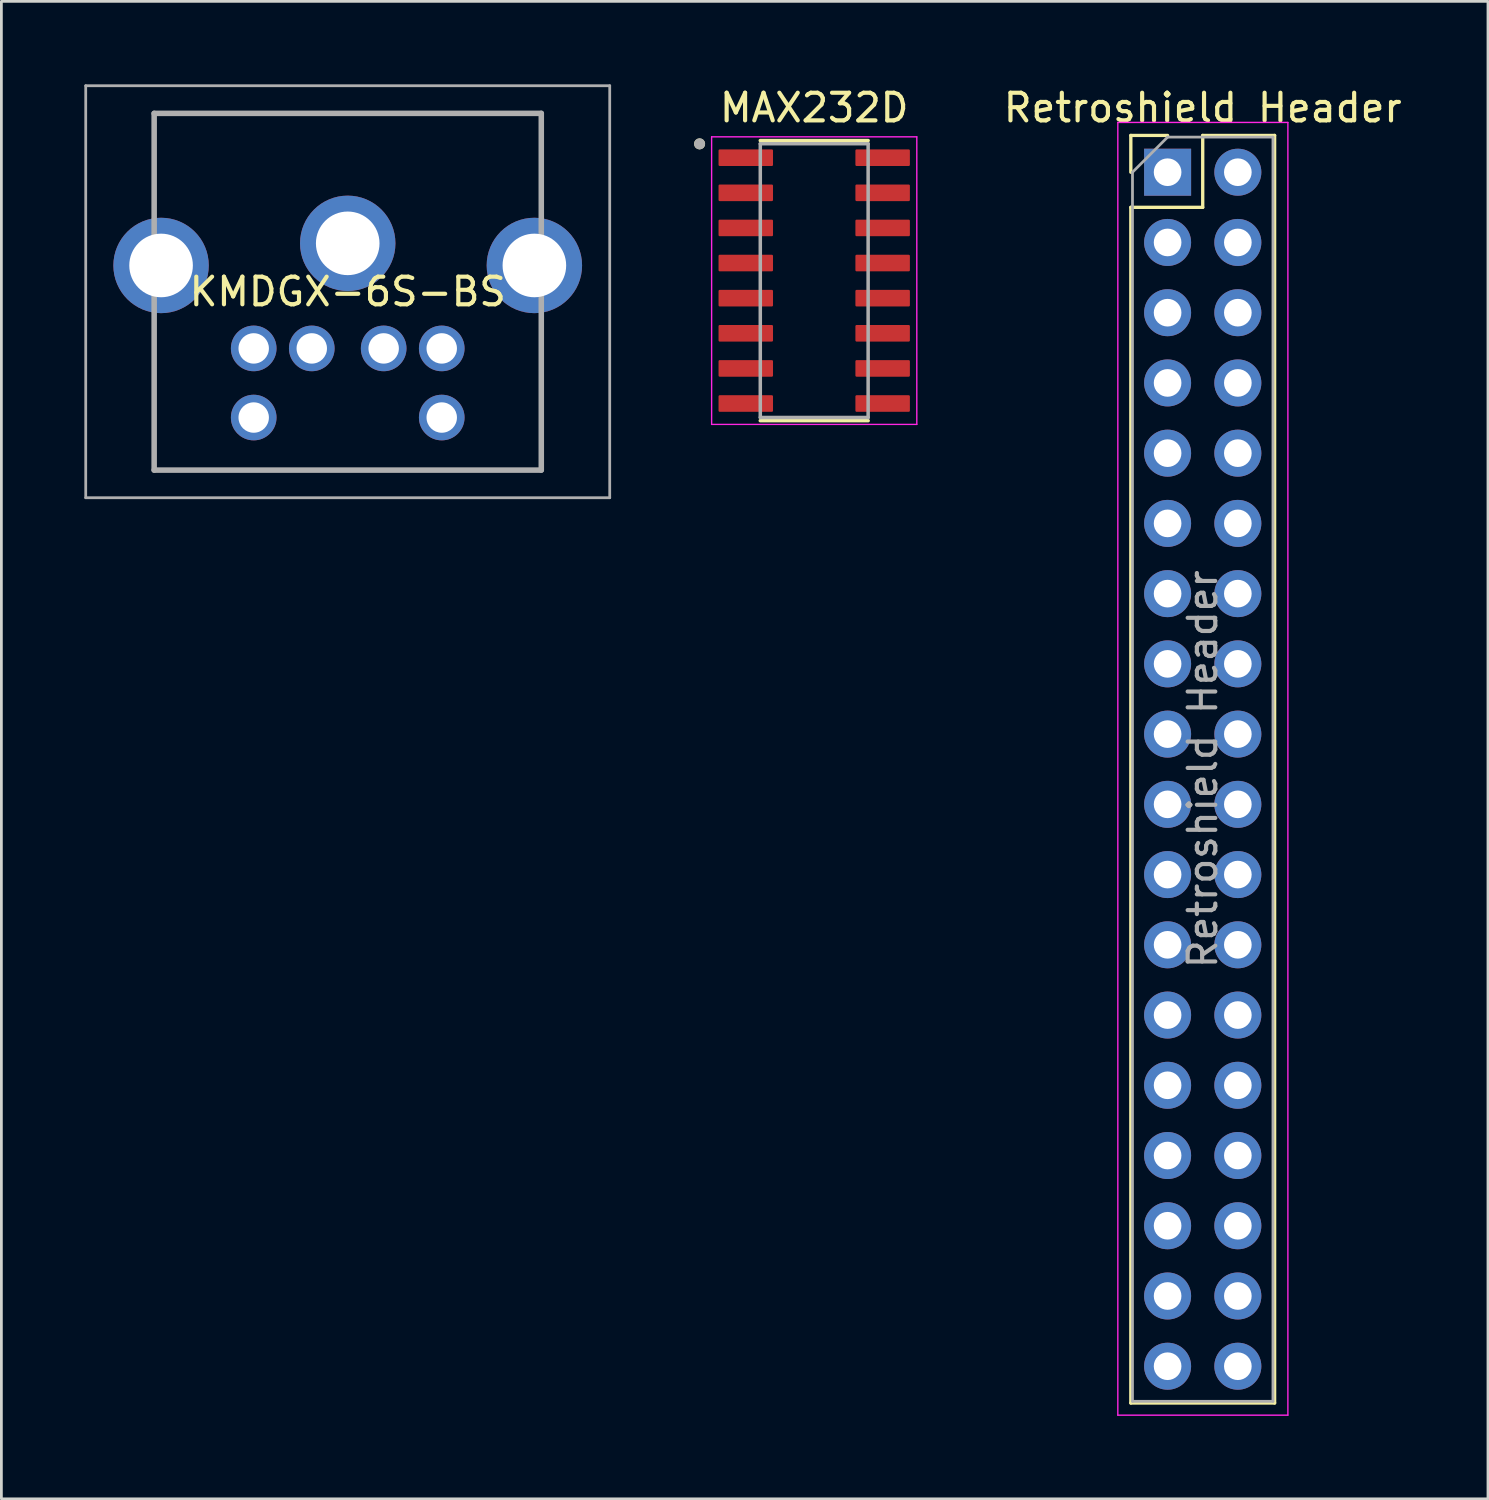
<source format=kicad_pcb>
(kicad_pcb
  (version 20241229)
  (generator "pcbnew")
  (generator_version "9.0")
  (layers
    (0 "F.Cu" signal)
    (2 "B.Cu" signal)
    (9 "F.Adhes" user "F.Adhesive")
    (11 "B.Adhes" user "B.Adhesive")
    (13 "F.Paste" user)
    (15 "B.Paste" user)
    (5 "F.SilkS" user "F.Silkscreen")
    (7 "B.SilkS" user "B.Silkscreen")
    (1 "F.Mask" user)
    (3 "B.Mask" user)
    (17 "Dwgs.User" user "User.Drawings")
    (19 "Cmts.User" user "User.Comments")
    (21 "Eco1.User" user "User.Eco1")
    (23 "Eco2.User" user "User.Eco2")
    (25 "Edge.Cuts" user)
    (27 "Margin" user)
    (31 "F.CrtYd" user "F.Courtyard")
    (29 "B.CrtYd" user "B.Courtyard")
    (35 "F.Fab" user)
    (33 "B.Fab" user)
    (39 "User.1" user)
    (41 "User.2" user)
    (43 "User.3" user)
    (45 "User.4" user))
  (footprint "Retroshield Header"
    (layer "F.Cu")
    (at 39.175 3.178)
    (property "Reference" "Retroshield Header" (at 1.27 -2.33 0) (layer "F.SilkS") (effects (font (size 1 1) (thickness 0.15))))
    (attr through_hole)
    (fp_line (start -1.33 -1.33) (end 0 -1.33) (stroke (width 0.12) (type solid)) (layer "F.SilkS"))
    (fp_line (start -1.33 0) (end -1.33 -1.33) (stroke (width 0.12) (type solid)) (layer "F.SilkS"))
    (fp_line (start -1.33 1.27) (end -1.33 44.51) (stroke (width 0.12) (type solid)) (layer "F.SilkS"))
    (fp_line (start -1.33 1.27) (end 1.27 1.27) (stroke (width 0.12) (type solid)) (layer "F.SilkS"))
    (fp_line (start -1.33 44.51) (end 3.87 44.51) (stroke (width 0.12) (type solid)) (layer "F.SilkS"))
    (fp_line (start 1.27 -1.33) (end 3.87 -1.33) (stroke (width 0.12) (type solid)) (layer "F.SilkS"))
    (fp_line (start 1.27 1.27) (end 1.27 -1.33) (stroke (width 0.12) (type solid)) (layer "F.SilkS"))
    (fp_line (start 3.87 -1.33) (end 3.87 44.51) (stroke (width 0.12) (type solid)) (layer "F.SilkS"))
    (fp_line (start -1.8 -1.8) (end -1.8 44.95) (stroke (width 0.05) (type solid)) (layer "F.CrtYd"))
    (fp_line (start -1.8 44.95) (end 4.35 44.95) (stroke (width 0.05) (type solid)) (layer "F.CrtYd"))
    (fp_line (start 4.35 -1.8) (end -1.8 -1.8) (stroke (width 0.05) (type solid)) (layer "F.CrtYd"))
    (fp_line (start 4.35 44.95) (end 4.35 -1.8) (stroke (width 0.05) (type solid)) (layer "F.CrtYd"))
    (fp_line (start -1.27 0) (end 0 -1.27) (stroke (width 0.1) (type solid)) (layer "F.Fab"))
    (fp_line (start -1.27 44.45) (end -1.27 0) (stroke (width 0.1) (type solid)) (layer "F.Fab"))
    (fp_line (start 0 -1.27) (end 3.81 -1.27) (stroke (width 0.1) (type solid)) (layer "F.Fab"))
    (fp_line (start 3.81 -1.27) (end 3.81 44.45) (stroke (width 0.1) (type solid)) (layer "F.Fab"))
    (fp_line (start 3.81 44.45) (end -1.27 44.45) (stroke (width 0.1) (type solid)) (layer "F.Fab"))
    (fp_text user "${REFERENCE}" (at 1.27 21.59 90) (layer "F.Fab") (effects (font (size 1 1) (thickness 0.15))))
    (pad "1" thru_hole rect (at 0 0) (size 1.7 1.7) (drill 1) (layers "*.Cu" "*.Mask"))
    (pad "2" thru_hole oval (at 0 2.54) (size 1.7 1.7) (drill 1) (layers "*.Cu" "*.Mask"))
    (pad "3" thru_hole oval (at 0 5.08) (size 1.7 1.7) (drill 1) (layers "*.Cu" "*.Mask"))
    (pad "4" thru_hole oval (at 0 7.62) (size 1.7 1.7) (drill 1) (layers "*.Cu" "*.Mask"))
    (pad "5" thru_hole oval (at 0 10.16) (size 1.7 1.7) (drill 1) (layers "*.Cu" "*.Mask"))
    (pad "6" thru_hole oval (at 0 12.7) (size 1.7 1.7) (drill 1) (layers "*.Cu" "*.Mask"))
    (pad "7" thru_hole oval (at 0 15.24) (size 1.7 1.7) (drill 1) (layers "*.Cu" "*.Mask"))
    (pad "8" thru_hole oval (at 0 17.78) (size 1.7 1.7) (drill 1) (layers "*.Cu" "*.Mask"))
    (pad "9" thru_hole oval (at 0 20.32) (size 1.7 1.7) (drill 1) (layers "*.Cu" "*.Mask"))
    (pad "10" thru_hole oval (at 0 22.86) (size 1.7 1.7) (drill 1) (layers "*.Cu" "*.Mask"))
    (pad "11" thru_hole oval (at 0 25.4) (size 1.7 1.7) (drill 1) (layers "*.Cu" "*.Mask"))
    (pad "12" thru_hole oval (at 0 27.94) (size 1.7 1.7) (drill 1) (layers "*.Cu" "*.Mask"))
    (pad "13" thru_hole oval (at 0 30.48) (size 1.7 1.7) (drill 1) (layers "*.Cu" "*.Mask"))
    (pad "14" thru_hole oval (at 0 33.02) (size 1.7 1.7) (drill 1) (layers "*.Cu" "*.Mask"))
    (pad "15" thru_hole oval (at 0 35.56) (size 1.7 1.7) (drill 1) (layers "*.Cu" "*.Mask"))
    (pad "16" thru_hole oval (at 0 38.1) (size 1.7 1.7) (drill 1) (layers "*.Cu" "*.Mask"))
    (pad "17" thru_hole oval (at 0 40.64) (size 1.7 1.7) (drill 1) (layers "*.Cu" "*.Mask"))
    (pad "18" thru_hole oval (at 0 43.18) (size 1.7 1.7) (drill 1) (layers "*.Cu" "*.Mask"))
    (pad "19" thru_hole oval (at 2.54 43.18) (size 1.7 1.7) (drill 1) (layers "*.Cu" "*.Mask"))
    (pad "20" thru_hole oval (at 2.54 40.64) (size 1.7 1.7) (drill 1) (layers "*.Cu" "*.Mask"))
    (pad "21" thru_hole oval (at 2.54 38.1) (size 1.7 1.7) (drill 1) (layers "*.Cu" "*.Mask"))
    (pad "22" thru_hole oval (at 2.54 35.56) (size 1.7 1.7) (drill 1) (layers "*.Cu" "*.Mask"))
    (pad "23" thru_hole oval (at 2.54 33.02) (size 1.7 1.7) (drill 1) (layers "*.Cu" "*.Mask"))
    (pad "24" thru_hole oval (at 2.54 30.48) (size 1.7 1.7) (drill 1) (layers "*.Cu" "*.Mask"))
    (pad "25" thru_hole oval (at 2.54 27.94) (size 1.7 1.7) (drill 1) (layers "*.Cu" "*.Mask"))
    (pad "26" thru_hole oval (at 2.54 25.4) (size 1.7 1.7) (drill 1) (layers "*.Cu" "*.Mask"))
    (pad "27" thru_hole oval (at 2.54 22.86) (size 1.7 1.7) (drill 1) (layers "*.Cu" "*.Mask"))
    (pad "28" thru_hole oval (at 2.54 20.32) (size 1.7 1.7) (drill 1) (layers "*.Cu" "*.Mask"))
    (pad "29" thru_hole oval (at 2.54 17.78) (size 1.7 1.7) (drill 1) (layers "*.Cu" "*.Mask"))
    (pad "30" thru_hole oval (at 2.54 15.24) (size 1.7 1.7) (drill 1) (layers "*.Cu" "*.Mask"))
    (pad "31" thru_hole oval (at 2.54 12.7) (size 1.7 1.7) (drill 1) (layers "*.Cu" "*.Mask"))
    (pad "32" thru_hole oval (at 2.54 10.16) (size 1.7 1.7) (drill 1) (layers "*.Cu" "*.Mask"))
    (pad "33" thru_hole oval (at 2.54 7.62) (size 1.7 1.7) (drill 1) (layers "*.Cu" "*.Mask"))
    (pad "34" thru_hole oval (at 2.54 5.08) (size 1.7 1.7) (drill 1) (layers "*.Cu" "*.Mask"))
    (pad "35" thru_hole oval (at 2.54 2.54) (size 1.7 1.7) (drill 1) (layers "*.Cu" "*.Mask"))
    (pad "36" thru_hole oval (at 2.54 0) (size 1.7 1.7) (drill 1) (layers "*.Cu" "*.Mask")))
  (footprint "MAX232D"
    (layer "F.Cu")
    (at 26.395 7.098)
    (property "Reference" "MAX232D" (at 0 -6.25 0) (layer "F.SilkS") (effects (font (size 1 1) (thickness 0.15))))
    (attr smd)
    (fp_line (start -1.95 -5.065) (end 1.95 -5.065) (stroke (width 0.127) (type solid)) (layer "F.SilkS"))
    (fp_line (start -1.95 5.065) (end 1.95 5.065) (stroke (width 0.127) (type solid)) (layer "F.SilkS"))
    (fp_circle (center -4.145 -4.945) (end -4.045 -4.945) (stroke (width 0.2) (type solid)) (fill no) (layer "F.SilkS"))
    (fp_line (start -3.71 -5.2) (end -3.71 5.2) (stroke (width 0.05) (type solid)) (layer "F.CrtYd"))
    (fp_line (start -3.71 -5.2) (end 3.71 -5.2) (stroke (width 0.05) (type solid)) (layer "F.CrtYd"))
    (fp_line (start -3.71 5.2) (end 3.71 5.2) (stroke (width 0.05) (type solid)) (layer "F.CrtYd"))
    (fp_line (start 3.71 -5.2) (end 3.71 5.2) (stroke (width 0.05) (type solid)) (layer "F.CrtYd"))
    (fp_line (start -1.95 -4.95) (end -1.95 4.95) (stroke (width 0.127) (type solid)) (layer "F.Fab"))
    (fp_line (start -1.95 -4.95) (end 1.95 -4.95) (stroke (width 0.127) (type solid)) (layer "F.Fab"))
    (fp_line (start -1.95 4.95) (end 1.95 4.95) (stroke (width 0.127) (type solid)) (layer "F.Fab"))
    (fp_line (start 1.95 -4.95) (end 1.95 4.95) (stroke (width 0.127) (type solid)) (layer "F.Fab"))
    (fp_circle (center -4.145 -4.945) (end -4.045 -4.945) (stroke (width 0.2) (type solid)) (fill no) (layer "F.Fab"))
    (pad "1" smd roundrect (at -2.475 -4.445) (size 1.97 0.6) (layers "F.Cu" "F.Mask" "F.Paste") (roundrect_rratio 0.07))
    (pad "2" smd roundrect (at -2.475 -3.175) (size 1.97 0.6) (layers "F.Cu" "F.Mask" "F.Paste") (roundrect_rratio 0.07))
    (pad "3" smd roundrect (at -2.475 -1.905) (size 1.97 0.6) (layers "F.Cu" "F.Mask" "F.Paste") (roundrect_rratio 0.07))
    (pad "4" smd roundrect (at -2.475 -0.635) (size 1.97 0.6) (layers "F.Cu" "F.Mask" "F.Paste") (roundrect_rratio 0.07))
    (pad "5" smd roundrect (at -2.475 0.635) (size 1.97 0.6) (layers "F.Cu" "F.Mask" "F.Paste") (roundrect_rratio 0.07))
    (pad "6" smd roundrect (at -2.475 1.905) (size 1.97 0.6) (layers "F.Cu" "F.Mask" "F.Paste") (roundrect_rratio 0.07))
    (pad "7" smd roundrect (at -2.475 3.175) (size 1.97 0.6) (layers "F.Cu" "F.Mask" "F.Paste") (roundrect_rratio 0.07))
    (pad "8" smd roundrect (at -2.475 4.445) (size 1.97 0.6) (layers "F.Cu" "F.Mask" "F.Paste") (roundrect_rratio 0.07))
    (pad "9" smd roundrect (at 2.475 4.445) (size 1.97 0.6) (layers "F.Cu" "F.Mask" "F.Paste") (roundrect_rratio 0.07))
    (pad "10" smd roundrect (at 2.475 3.175) (size 1.97 0.6) (layers "F.Cu" "F.Mask" "F.Paste") (roundrect_rratio 0.07))
    (pad "11" smd roundrect (at 2.475 1.905) (size 1.97 0.6) (layers "F.Cu" "F.Mask" "F.Paste") (roundrect_rratio 0.07))
    (pad "12" smd roundrect (at 2.475 0.635) (size 1.97 0.6) (layers "F.Cu" "F.Mask" "F.Paste") (roundrect_rratio 0.07))
    (pad "13" smd roundrect (at 2.475 -0.635) (size 1.97 0.6) (layers "F.Cu" "F.Mask" "F.Paste") (roundrect_rratio 0.07))
    (pad "14" smd roundrect (at 2.475 -1.905) (size 1.97 0.6) (layers "F.Cu" "F.Mask" "F.Paste") (roundrect_rratio 0.07))
    (pad "15" smd roundrect (at 2.475 -3.175) (size 1.97 0.6) (layers "F.Cu" "F.Mask" "F.Paste") (roundrect_rratio 0.07))
    (pad "16" smd roundrect (at 2.475 -4.445) (size 1.97 0.6) (layers "F.Cu" "F.Mask" "F.Paste") (roundrect_rratio 0.07)))
  (footprint "KMDGX-6S-BS"
    (layer "F.Cu")
    (at 8.225 9.55)
    (property "Reference" "KMDGX-6S-BS" (at 1.3 -2.05 0) (layer "F.SilkS") (effects (font (size 1 1) (thickness 0.15))))
    (attr through_hole)
    (fp_line (start -5.7 -8.5) (end 8.3 -8.5) (stroke (width 0.1) (type solid)) (layer "F.SilkS"))
    (fp_line (start -5.7 -5.5) (end -5.7 -8.5) (stroke (width 0.1) (type solid)) (layer "F.SilkS"))
    (fp_line (start -5.7 -0.5) (end -5.7 4.4) (stroke (width 0.1) (type solid)) (layer "F.SilkS"))
    (fp_line (start -5.7 4.4) (end 8.3 4.4) (stroke (width 0.1) (type solid)) (layer "F.SilkS"))
    (fp_line (start 8.3 -8.5) (end 8.3 -5.5) (stroke (width 0.1) (type solid)) (layer "F.SilkS"))
    (fp_line (start 8.3 4.4) (end 8.3 0) (stroke (width 0.1) (type solid)) (layer "F.SilkS"))
    (fp_line (start -8.175 -9.5) (end 10.775 -9.5) (stroke (width 0.1) (type solid)) (layer "F.Fab"))
    (fp_line (start -8.175 5.4) (end -8.175 -9.5) (stroke (width 0.1) (type solid)) (layer "F.Fab"))
    (fp_line (start -5.7 -8.5) (end 8.3 -8.5) (stroke (width 0.2) (type solid)) (layer "F.Fab"))
    (fp_line (start -5.7 4.4) (end -5.7 -8.5) (stroke (width 0.2) (type solid)) (layer "F.Fab"))
    (fp_line (start 8.3 -8.5) (end 8.3 4.4) (stroke (width 0.2) (type solid)) (layer "F.Fab"))
    (fp_line (start 8.3 4.4) (end -5.7 4.4) (stroke (width 0.2) (type solid)) (layer "F.Fab"))
    (fp_line (start 10.775 -9.5) (end 10.775 5.4) (stroke (width 0.1) (type solid)) (layer "F.Fab"))
    (fp_line (start 10.775 5.4) (end -8.175 5.4) (stroke (width 0.1) (type solid)) (layer "F.Fab"))
    (pad "1" thru_hole circle (at 0 0) (size 1.65 1.65) (drill 1.1) (layers "*.Cu" "*.Mask"))
    (pad "2" thru_hole circle (at 2.6 0) (size 1.65 1.65) (drill 1.1) (layers "*.Cu" "*.Mask"))
    (pad "3" thru_hole circle (at -2.1 0) (size 1.65 1.65) (drill 1.1) (layers "*.Cu" "*.Mask"))
    (pad "5" thru_hole circle (at 4.7 0) (size 1.65 1.65) (drill 1.1) (layers "*.Cu" "*.Mask"))
    (pad "6" thru_hole circle (at -2.1 2.5) (size 1.65 1.65) (drill 1.1) (layers "*.Cu" "*.Mask"))
    (pad "8" thru_hole circle (at 4.7 2.5) (size 1.65 1.65) (drill 1.1) (layers "*.Cu" "*.Mask"))
    (pad "MH1" thru_hole circle (at -5.45 -3) (size 3.45 3.45) (drill 2.3) (layers "*.Cu" "*.Mask"))
    (pad "MH2" thru_hole circle (at 1.3 -3.8) (size 3.45 3.45) (drill 2.3) (layers "*.Cu" "*.Mask"))
    (pad "MH3" thru_hole circle (at 8.05 -3) (size 3.45 3.45) (drill 2.3) (layers "*.Cu" "*.Mask")))
  (gr_rect
    (start -3 -3)
    (end 50.761 51.153)
    (stroke (width 0.1) (type default))
    (fill no)
    (layer "Edge.Cuts")))
</source>
